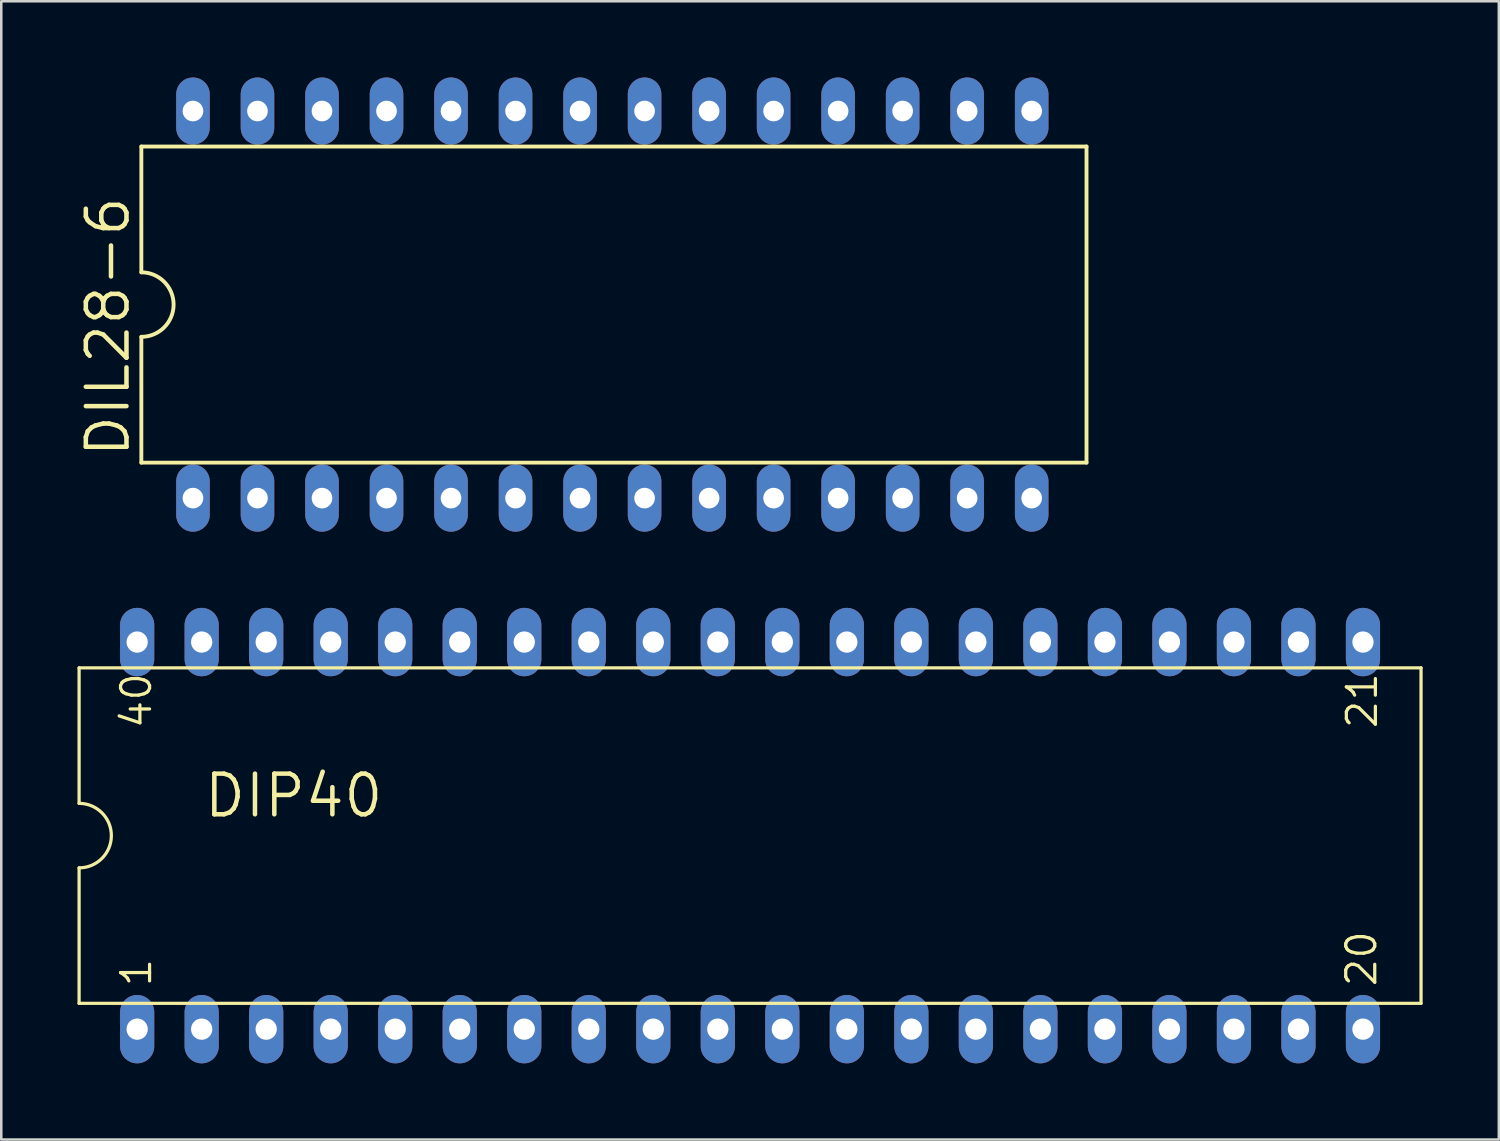
<source format=kicad_pcb>
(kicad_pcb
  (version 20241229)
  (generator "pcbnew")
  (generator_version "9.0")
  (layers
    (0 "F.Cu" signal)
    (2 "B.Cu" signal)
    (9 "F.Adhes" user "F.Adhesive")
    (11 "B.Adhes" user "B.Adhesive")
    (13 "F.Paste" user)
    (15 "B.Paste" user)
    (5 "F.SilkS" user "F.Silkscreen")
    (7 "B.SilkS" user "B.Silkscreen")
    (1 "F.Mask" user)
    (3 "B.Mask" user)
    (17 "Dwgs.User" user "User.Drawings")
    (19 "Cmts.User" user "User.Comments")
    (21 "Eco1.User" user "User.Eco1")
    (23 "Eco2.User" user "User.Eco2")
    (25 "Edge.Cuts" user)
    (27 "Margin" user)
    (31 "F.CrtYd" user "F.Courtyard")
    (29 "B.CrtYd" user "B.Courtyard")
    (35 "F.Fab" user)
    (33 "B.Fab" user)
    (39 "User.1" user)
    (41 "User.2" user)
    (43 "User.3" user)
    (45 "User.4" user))
  (footprint "DIL28-6"
    (layer "F.Cu")
    (at 21.057 8.941)
    (property "Reference" "DIL28-6" (at -18.923 6.096 90) (layer "F.SilkS") (effects (font (size 1.6 1.6) (thickness 0.178)) (justify left bottom)))
    (fp_line (start -18.542 -6.223) (end -18.542 -1.27) (stroke (width 0.152) (type solid)) (layer "F.SilkS"))
    (fp_line (start -18.542 -6.223) (end 18.669 -6.223) (stroke (width 0.152) (type solid)) (layer "F.SilkS"))
    (fp_line (start -18.542 1.27) (end -18.542 6.223) (stroke (width 0.152) (type solid)) (layer "F.SilkS"))
    (fp_line (start 18.669 6.223) (end -18.542 6.223) (stroke (width 0.152) (type solid)) (layer "F.SilkS"))
    (fp_line (start 18.669 6.223) (end 18.669 -6.223) (stroke (width 0.152) (type solid)) (layer "F.SilkS"))
    (fp_arc (start -18.542 -1.27) (mid -17.272 0) (end -18.542 1.27) (stroke (width 0.1524) (type solid)) (layer "F.SilkS"))
    (pad "1" thru_hole oval (at -16.51 7.62 90) (size 2.642 1.321) (drill 0.813) (layers "*.Cu" "*.Mask"))
    (pad "2" thru_hole oval (at -13.97 7.62 90) (size 2.642 1.321) (drill 0.813) (layers "*.Cu" "*.Mask"))
    (pad "3" thru_hole oval (at -11.43 7.62 90) (size 2.642 1.321) (drill 0.813) (layers "*.Cu" "*.Mask"))
    (pad "4" thru_hole oval (at -8.89 7.62 90) (size 2.642 1.321) (drill 0.813) (layers "*.Cu" "*.Mask"))
    (pad "5" thru_hole oval (at -6.35 7.62 90) (size 2.642 1.321) (drill 0.813) (layers "*.Cu" "*.Mask"))
    (pad "6" thru_hole oval (at -3.81 7.62 90) (size 2.642 1.321) (drill 0.813) (layers "*.Cu" "*.Mask"))
    (pad "7" thru_hole oval (at -1.27 7.62 90) (size 2.642 1.321) (drill 0.813) (layers "*.Cu" "*.Mask"))
    (pad "8" thru_hole oval (at 1.27 7.62 90) (size 2.642 1.321) (drill 0.813) (layers "*.Cu" "*.Mask"))
    (pad "9" thru_hole oval (at 3.81 7.62 90) (size 2.642 1.321) (drill 0.813) (layers "*.Cu" "*.Mask"))
    (pad "10" thru_hole oval (at 6.35 7.62 90) (size 2.642 1.321) (drill 0.813) (layers "*.Cu" "*.Mask"))
    (pad "11" thru_hole oval (at 8.89 7.62 90) (size 2.642 1.321) (drill 0.813) (layers "*.Cu" "*.Mask"))
    (pad "12" thru_hole oval (at 11.43 7.62 90) (size 2.642 1.321) (drill 0.813) (layers "*.Cu" "*.Mask"))
    (pad "13" thru_hole oval (at 13.97 7.62 90) (size 2.642 1.321) (drill 0.813) (layers "*.Cu" "*.Mask"))
    (pad "14" thru_hole oval (at 16.51 7.62 90) (size 2.642 1.321) (drill 0.813) (layers "*.Cu" "*.Mask"))
    (pad "15" thru_hole oval (at 16.51 -7.62 90) (size 2.642 1.321) (drill 0.813) (layers "*.Cu" "*.Mask"))
    (pad "16" thru_hole oval (at 13.97 -7.62 90) (size 2.642 1.321) (drill 0.813) (layers "*.Cu" "*.Mask"))
    (pad "17" thru_hole oval (at 11.43 -7.62 90) (size 2.642 1.321) (drill 0.813) (layers "*.Cu" "*.Mask"))
    (pad "18" thru_hole oval (at 8.89 -7.62 90) (size 2.642 1.321) (drill 0.813) (layers "*.Cu" "*.Mask"))
    (pad "19" thru_hole oval (at 6.35 -7.62 90) (size 2.642 1.321) (drill 0.813) (layers "*.Cu" "*.Mask"))
    (pad "20" thru_hole oval (at 3.81 -7.62 90) (size 2.642 1.321) (drill 0.813) (layers "*.Cu" "*.Mask"))
    (pad "21" thru_hole oval (at 1.27 -7.62 90) (size 2.642 1.321) (drill 0.813) (layers "*.Cu" "*.Mask"))
    (pad "22" thru_hole oval (at -1.27 -7.62 90) (size 2.642 1.321) (drill 0.813) (layers "*.Cu" "*.Mask"))
    (pad "23" thru_hole oval (at -3.81 -7.62 90) (size 2.642 1.321) (drill 0.813) (layers "*.Cu" "*.Mask"))
    (pad "24" thru_hole oval (at -6.35 -7.62 90) (size 2.642 1.321) (drill 0.813) (layers "*.Cu" "*.Mask"))
    (pad "25" thru_hole oval (at -8.89 -7.62 90) (size 2.642 1.321) (drill 0.813) (layers "*.Cu" "*.Mask"))
    (pad "26" thru_hole oval (at -11.43 -7.62 90) (size 2.642 1.321) (drill 0.813) (layers "*.Cu" "*.Mask"))
    (pad "27" thru_hole oval (at -13.97 -7.62 90) (size 2.642 1.321) (drill 0.813) (layers "*.Cu" "*.Mask"))
    (pad "28" thru_hole oval (at -16.51 -7.62 90) (size 2.642 1.321) (drill 0.813) (layers "*.Cu" "*.Mask")))
  (footprint "DIP40"
    (layer "F.Cu")
    (at 26.48 29.848)
    (property "Reference" "DIP40" (at -21.59 -0.635 0) (layer "F.SilkS") (effects (font (size 1.6 1.6) (thickness 0.178)) (justify left bottom)))
    (fp_line (start -26.416 -6.604) (end -26.416 -1.27) (stroke (width 0.127) (type solid)) (layer "F.SilkS"))
    (fp_line (start -26.416 -6.604) (end 26.416 -6.604) (stroke (width 0.127) (type solid)) (layer "F.SilkS"))
    (fp_line (start -26.416 1.27) (end -26.416 6.604) (stroke (width 0.127) (type solid)) (layer "F.SilkS"))
    (fp_line (start -26.416 6.604) (end 26.416 6.604) (stroke (width 0.127) (type solid)) (layer "F.SilkS"))
    (fp_line (start 26.416 6.604) (end 26.416 -6.604) (stroke (width 0.127) (type solid)) (layer "F.SilkS"))
    (fp_arc (start -26.416 -1.27) (mid -25.146 0) (end -26.416 1.27) (stroke (width 0.127) (type solid)) (layer "F.SilkS"))
    (fp_text user "1" (at -23.495 6.02 90) (layer "F.SilkS") (effects (font (size 1.143 1.143) (thickness 0.127)) (justify left bottom)))
    (fp_text user "20" (at 24.74 6.02 90) (layer "F.SilkS") (effects (font (size 1.143 1.143) (thickness 0.127)) (justify left bottom)))
    (fp_text user "21" (at 24.765 -4.14 90) (layer "F.SilkS") (effects (font (size 1.143 1.143) (thickness 0.127)) (justify left bottom)))
    (fp_text user "40" (at -23.495 -4.14 90) (layer "F.SilkS") (effects (font (size 1.143 1.143) (thickness 0.127)) (justify left bottom)))
    (pad "1" thru_hole oval (at -24.13 7.62 90) (size 2.692 1.346) (drill 0.838) (layers "*.Cu" "*.Mask"))
    (pad "2" thru_hole oval (at -21.59 7.62 90) (size 2.692 1.346) (drill 0.838) (layers "*.Cu" "*.Mask"))
    (pad "3" thru_hole oval (at -19.05 7.62 90) (size 2.692 1.346) (drill 0.838) (layers "*.Cu" "*.Mask"))
    (pad "4" thru_hole oval (at -16.51 7.62 90) (size 2.692 1.346) (drill 0.838) (layers "*.Cu" "*.Mask"))
    (pad "5" thru_hole oval (at -13.97 7.62 90) (size 2.692 1.346) (drill 0.838) (layers "*.Cu" "*.Mask"))
    (pad "6" thru_hole oval (at -11.43 7.62 90) (size 2.692 1.346) (drill 0.838) (layers "*.Cu" "*.Mask"))
    (pad "7" thru_hole oval (at -8.89 7.62 90) (size 2.692 1.346) (drill 0.838) (layers "*.Cu" "*.Mask"))
    (pad "8" thru_hole oval (at -6.35 7.62 90) (size 2.692 1.346) (drill 0.838) (layers "*.Cu" "*.Mask"))
    (pad "9" thru_hole oval (at -3.81 7.62 90) (size 2.692 1.346) (drill 0.838) (layers "*.Cu" "*.Mask"))
    (pad "10" thru_hole oval (at -1.27 7.62 90) (size 2.692 1.346) (drill 0.838) (layers "*.Cu" "*.Mask"))
    (pad "11" thru_hole oval (at 1.27 7.62 90) (size 2.692 1.346) (drill 0.838) (layers "*.Cu" "*.Mask"))
    (pad "12" thru_hole oval (at 3.81 7.62 90) (size 2.692 1.346) (drill 0.838) (layers "*.Cu" "*.Mask"))
    (pad "13" thru_hole oval (at 6.35 7.62 90) (size 2.692 1.346) (drill 0.838) (layers "*.Cu" "*.Mask"))
    (pad "14" thru_hole oval (at 8.89 7.62 90) (size 2.692 1.346) (drill 0.838) (layers "*.Cu" "*.Mask"))
    (pad "15" thru_hole oval (at 11.43 7.62 90) (size 2.692 1.346) (drill 0.838) (layers "*.Cu" "*.Mask"))
    (pad "16" thru_hole oval (at 13.97 7.62 90) (size 2.692 1.346) (drill 0.838) (layers "*.Cu" "*.Mask"))
    (pad "17" thru_hole oval (at 16.51 7.62 90) (size 2.692 1.346) (drill 0.838) (layers "*.Cu" "*.Mask"))
    (pad "18" thru_hole oval (at 19.05 7.62 90) (size 2.692 1.346) (drill 0.838) (layers "*.Cu" "*.Mask"))
    (pad "19" thru_hole oval (at 21.59 7.62 90) (size 2.692 1.346) (drill 0.838) (layers "*.Cu" "*.Mask"))
    (pad "20" thru_hole oval (at 24.13 7.62 90) (size 2.692 1.346) (drill 0.838) (layers "*.Cu" "*.Mask"))
    (pad "21" thru_hole oval (at 24.13 -7.62 90) (size 2.692 1.346) (drill 0.838) (layers "*.Cu" "*.Mask"))
    (pad "22" thru_hole oval (at 21.59 -7.62 90) (size 2.692 1.346) (drill 0.838) (layers "*.Cu" "*.Mask"))
    (pad "23" thru_hole oval (at 19.05 -7.62 90) (size 2.692 1.346) (drill 0.838) (layers "*.Cu" "*.Mask"))
    (pad "24" thru_hole oval (at 16.51 -7.62 90) (size 2.692 1.346) (drill 0.838) (layers "*.Cu" "*.Mask"))
    (pad "25" thru_hole oval (at 13.97 -7.62 90) (size 2.692 1.346) (drill 0.838) (layers "*.Cu" "*.Mask"))
    (pad "26" thru_hole oval (at 11.43 -7.62 90) (size 2.692 1.346) (drill 0.838) (layers "*.Cu" "*.Mask"))
    (pad "27" thru_hole oval (at 8.89 -7.62 90) (size 2.692 1.346) (drill 0.838) (layers "*.Cu" "*.Mask"))
    (pad "28" thru_hole oval (at 6.35 -7.62 90) (size 2.692 1.346) (drill 0.838) (layers "*.Cu" "*.Mask"))
    (pad "29" thru_hole oval (at 3.81 -7.62 90) (size 2.692 1.346) (drill 0.838) (layers "*.Cu" "*.Mask"))
    (pad "30" thru_hole oval (at 1.27 -7.62 90) (size 2.692 1.346) (drill 0.838) (layers "*.Cu" "*.Mask"))
    (pad "31" thru_hole oval (at -1.27 -7.62 90) (size 2.692 1.346) (drill 0.838) (layers "*.Cu" "*.Mask"))
    (pad "32" thru_hole oval (at -3.81 -7.62 90) (size 2.692 1.346) (drill 0.838) (layers "*.Cu" "*.Mask"))
    (pad "33" thru_hole oval (at -6.35 -7.62 90) (size 2.692 1.346) (drill 0.838) (layers "*.Cu" "*.Mask"))
    (pad "34" thru_hole oval (at -8.89 -7.62 90) (size 2.692 1.346) (drill 0.838) (layers "*.Cu" "*.Mask"))
    (pad "35" thru_hole oval (at -11.43 -7.62 90) (size 2.692 1.346) (drill 0.838) (layers "*.Cu" "*.Mask"))
    (pad "36" thru_hole oval (at -13.97 -7.62 90) (size 2.692 1.346) (drill 0.838) (layers "*.Cu" "*.Mask"))
    (pad "37" thru_hole oval (at -16.51 -7.62 90) (size 2.692 1.346) (drill 0.838) (layers "*.Cu" "*.Mask"))
    (pad "38" thru_hole oval (at -19.05 -7.62 90) (size 2.692 1.346) (drill 0.838) (layers "*.Cu" "*.Mask"))
    (pad "39" thru_hole oval (at -21.59 -7.62 90) (size 2.692 1.346) (drill 0.838) (layers "*.Cu" "*.Mask"))
    (pad "40" thru_hole oval (at -24.13 -7.62 90) (size 2.692 1.346) (drill 0.838) (layers "*.Cu" "*.Mask")))
  (gr_rect
    (start -3 -3)
    (end 55.959 41.814)
    (stroke (width 0.1) (type default))
    (fill no)
    (layer "Edge.Cuts")))
</source>
